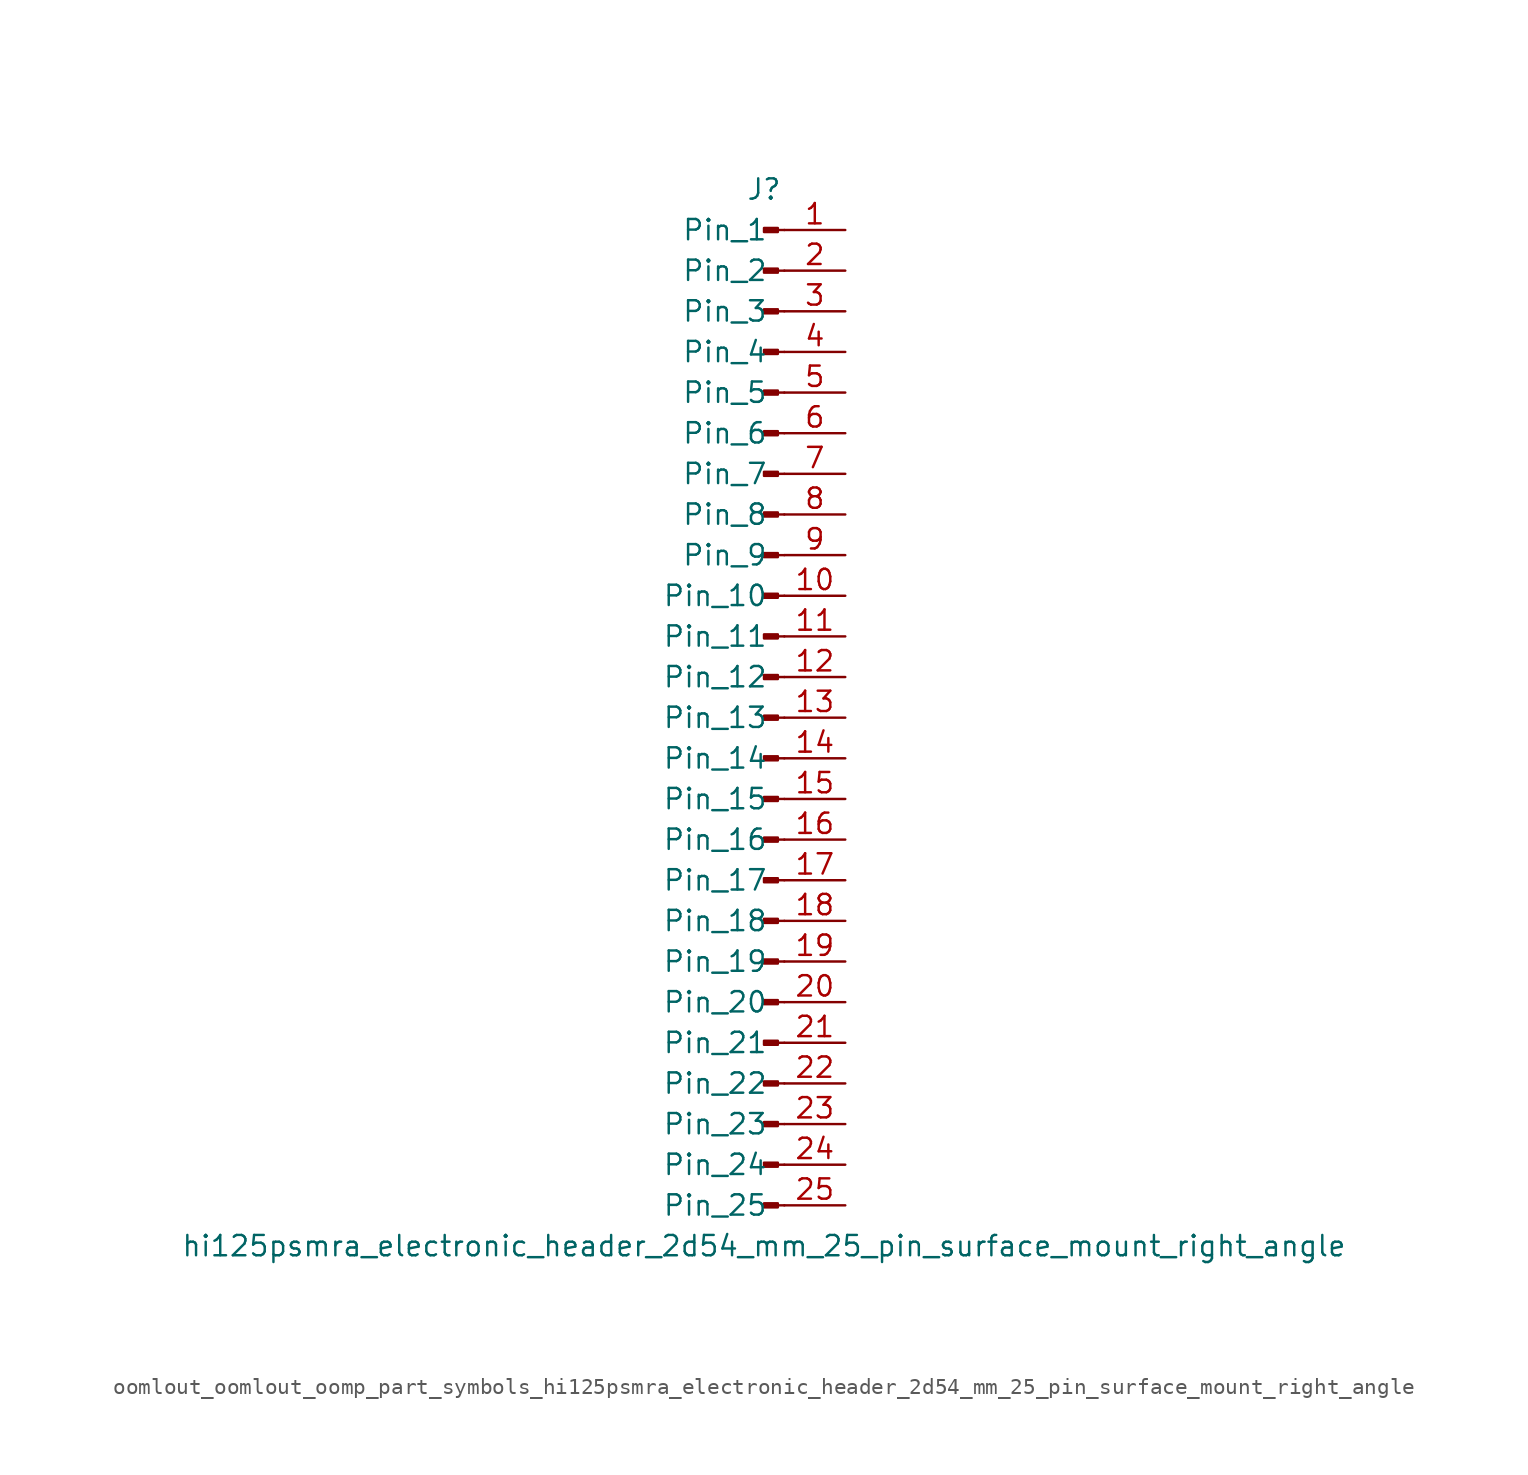
<source format=kicad_sym>
(kicad_symbol_lib
  (version 20220914)
  (generator kicad_symbol_editor)
  (symbol "oomlout_oomlout_oomp_part_symbols_hi125psmra_electronic_header_2d54_mm_25_pin_surface_mount_right_angle"
    (pin_names
      (offset 1.016))
    (property "Reference" "J"
      (at 0 33.02 0)
      (effects (font (size 1.27 1.27))))
    (property "Value" "hi125psmra_electronic_header_2d54_mm_25_pin_surface_mount_right_angle"
      (at 0 -33.02 0)
      (effects (font (size 1.27 1.27))))
    (property "ki_locked" ""
      (at 0 0 0)
      (effects (font (size 1.27 1.27))))
    (symbol "oomlout_oomlout_oomp_part_symbols_hi125psmra_electronic_header_2d54_mm_25_pin_surface_mount_right_angle_1_1"
      (polyline (pts (xy 1.27 -30.48) (xy 0.864 -30.48)) (stroke (width 0.152) (type default)) (fill (type none)))
      (polyline (pts (xy 1.27 -27.94) (xy 0.864 -27.94)) (stroke (width 0.152) (type default)) (fill (type none)))
      (polyline (pts (xy 1.27 -25.4) (xy 0.864 -25.4)) (stroke (width 0.152) (type default)) (fill (type none)))
      (polyline (pts (xy 1.27 -22.86) (xy 0.864 -22.86)) (stroke (width 0.152) (type default)) (fill (type none)))
      (polyline (pts (xy 1.27 -20.32) (xy 0.864 -20.32)) (stroke (width 0.152) (type default)) (fill (type none)))
      (polyline (pts (xy 1.27 -17.78) (xy 0.864 -17.78)) (stroke (width 0.152) (type default)) (fill (type none)))
      (polyline (pts (xy 1.27 -15.24) (xy 0.864 -15.24)) (stroke (width 0.152) (type default)) (fill (type none)))
      (polyline (pts (xy 1.27 -12.7) (xy 0.864 -12.7)) (stroke (width 0.152) (type default)) (fill (type none)))
      (polyline (pts (xy 1.27 -10.16) (xy 0.864 -10.16)) (stroke (width 0.152) (type default)) (fill (type none)))
      (polyline (pts (xy 1.27 -7.62) (xy 0.864 -7.62)) (stroke (width 0.152) (type default)) (fill (type none)))
      (polyline (pts (xy 1.27 -5.08) (xy 0.864 -5.08)) (stroke (width 0.152) (type default)) (fill (type none)))
      (polyline (pts (xy 1.27 -2.54) (xy 0.864 -2.54)) (stroke (width 0.152) (type default)) (fill (type none)))
      (polyline (pts (xy 1.27 0) (xy 0.864 0)) (stroke (width 0.152) (type default)) (fill (type none)))
      (polyline (pts (xy 1.27 2.54) (xy 0.864 2.54)) (stroke (width 0.152) (type default)) (fill (type none)))
      (polyline (pts (xy 1.27 5.08) (xy 0.864 5.08)) (stroke (width 0.152) (type default)) (fill (type none)))
      (polyline (pts (xy 1.27 7.62) (xy 0.864 7.62)) (stroke (width 0.152) (type default)) (fill (type none)))
      (polyline (pts (xy 1.27 10.16) (xy 0.864 10.16)) (stroke (width 0.152) (type default)) (fill (type none)))
      (polyline (pts (xy 1.27 12.7) (xy 0.864 12.7)) (stroke (width 0.152) (type default)) (fill (type none)))
      (polyline (pts (xy 1.27 15.24) (xy 0.864 15.24)) (stroke (width 0.152) (type default)) (fill (type none)))
      (polyline (pts (xy 1.27 17.78) (xy 0.864 17.78)) (stroke (width 0.152) (type default)) (fill (type none)))
      (polyline (pts (xy 1.27 20.32) (xy 0.864 20.32)) (stroke (width 0.152) (type default)) (fill (type none)))
      (polyline (pts (xy 1.27 22.86) (xy 0.864 22.86)) (stroke (width 0.152) (type default)) (fill (type none)))
      (polyline (pts (xy 1.27 25.4) (xy 0.864 25.4)) (stroke (width 0.152) (type default)) (fill (type none)))
      (polyline (pts (xy 1.27 27.94) (xy 0.864 27.94)) (stroke (width 0.152) (type default)) (fill (type none)))
      (polyline (pts (xy 1.27 30.48) (xy 0.864 30.48)) (stroke (width 0.152) (type default)) (fill (type none)))
      (rectangle (start 0.864 -30.353) (end 0 -30.607) (stroke (width 0.152) (type default)) (fill (type outline)))
      (rectangle (start 0.864 -27.813) (end 0 -28.067) (stroke (width 0.152) (type default)) (fill (type outline)))
      (rectangle (start 0.864 -25.273) (end 0 -25.527) (stroke (width 0.152) (type default)) (fill (type outline)))
      (rectangle (start 0.864 -22.733) (end 0 -22.987) (stroke (width 0.152) (type default)) (fill (type outline)))
      (rectangle (start 0.864 -20.193) (end 0 -20.447) (stroke (width 0.152) (type default)) (fill (type outline)))
      (rectangle (start 0.864 -17.653) (end 0 -17.907) (stroke (width 0.152) (type default)) (fill (type outline)))
      (rectangle (start 0.864 -15.113) (end 0 -15.367) (stroke (width 0.152) (type default)) (fill (type outline)))
      (rectangle (start 0.864 -12.573) (end 0 -12.827) (stroke (width 0.152) (type default)) (fill (type outline)))
      (rectangle (start 0.864 -10.033) (end 0 -10.287) (stroke (width 0.152) (type default)) (fill (type outline)))
      (rectangle (start 0.864 -7.493) (end 0 -7.747) (stroke (width 0.152) (type default)) (fill (type outline)))
      (rectangle (start 0.864 -4.953) (end 0 -5.207) (stroke (width 0.152) (type default)) (fill (type outline)))
      (rectangle (start 0.864 -2.413) (end 0 -2.667) (stroke (width 0.152) (type default)) (fill (type outline)))
      (rectangle (start 0.864 0.127) (end 0 -0.127) (stroke (width 0.152) (type default)) (fill (type outline)))
      (rectangle (start 0.864 2.667) (end 0 2.413) (stroke (width 0.152) (type default)) (fill (type outline)))
      (rectangle (start 0.864 5.207) (end 0 4.953) (stroke (width 0.152) (type default)) (fill (type outline)))
      (rectangle (start 0.864 7.747) (end 0 7.493) (stroke (width 0.152) (type default)) (fill (type outline)))
      (rectangle (start 0.864 10.287) (end 0 10.033) (stroke (width 0.152) (type default)) (fill (type outline)))
      (rectangle (start 0.864 12.827) (end 0 12.573) (stroke (width 0.152) (type default)) (fill (type outline)))
      (rectangle (start 0.864 15.367) (end 0 15.113) (stroke (width 0.152) (type default)) (fill (type outline)))
      (rectangle (start 0.864 17.907) (end 0 17.653) (stroke (width 0.152) (type default)) (fill (type outline)))
      (rectangle (start 0.864 20.447) (end 0 20.193) (stroke (width 0.152) (type default)) (fill (type outline)))
      (rectangle (start 0.864 22.987) (end 0 22.733) (stroke (width 0.152) (type default)) (fill (type outline)))
      (rectangle (start 0.864 25.527) (end 0 25.273) (stroke (width 0.152) (type default)) (fill (type outline)))
      (rectangle (start 0.864 28.067) (end 0 27.813) (stroke (width 0.152) (type default)) (fill (type outline)))
      (rectangle (start 0.864 30.607) (end 0 30.353) (stroke (width 0.152) (type default)) (fill (type outline)))
      (pin passive line (at 5.08 30.48 180) (length 3.81) (name "Pin_1" (effects (font (size 1.27 1.27)))) (number "1" (effects (font (size 1.27 1.27)))))
      (pin passive line (at 5.08 7.62 180) (length 3.81) (name "Pin_10" (effects (font (size 1.27 1.27)))) (number "10" (effects (font (size 1.27 1.27)))))
      (pin passive line (at 5.08 5.08 180) (length 3.81) (name "Pin_11" (effects (font (size 1.27 1.27)))) (number "11" (effects (font (size 1.27 1.27)))))
      (pin passive line (at 5.08 2.54 180) (length 3.81) (name "Pin_12" (effects (font (size 1.27 1.27)))) (number "12" (effects (font (size 1.27 1.27)))))
      (pin passive line (at 5.08 0 180) (length 3.81) (name "Pin_13" (effects (font (size 1.27 1.27)))) (number "13" (effects (font (size 1.27 1.27)))))
      (pin passive line (at 5.08 -2.54 180) (length 3.81) (name "Pin_14" (effects (font (size 1.27 1.27)))) (number "14" (effects (font (size 1.27 1.27)))))
      (pin passive line (at 5.08 -5.08 180) (length 3.81) (name "Pin_15" (effects (font (size 1.27 1.27)))) (number "15" (effects (font (size 1.27 1.27)))))
      (pin passive line (at 5.08 -7.62 180) (length 3.81) (name "Pin_16" (effects (font (size 1.27 1.27)))) (number "16" (effects (font (size 1.27 1.27)))))
      (pin passive line (at 5.08 -10.16 180) (length 3.81) (name "Pin_17" (effects (font (size 1.27 1.27)))) (number "17" (effects (font (size 1.27 1.27)))))
      (pin passive line (at 5.08 -12.7 180) (length 3.81) (name "Pin_18" (effects (font (size 1.27 1.27)))) (number "18" (effects (font (size 1.27 1.27)))))
      (pin passive line (at 5.08 -15.24 180) (length 3.81) (name "Pin_19" (effects (font (size 1.27 1.27)))) (number "19" (effects (font (size 1.27 1.27)))))
      (pin passive line (at 5.08 27.94 180) (length 3.81) (name "Pin_2" (effects (font (size 1.27 1.27)))) (number "2" (effects (font (size 1.27 1.27)))))
      (pin passive line (at 5.08 -17.78 180) (length 3.81) (name "Pin_20" (effects (font (size 1.27 1.27)))) (number "20" (effects (font (size 1.27 1.27)))))
      (pin passive line (at 5.08 -20.32 180) (length 3.81) (name "Pin_21" (effects (font (size 1.27 1.27)))) (number "21" (effects (font (size 1.27 1.27)))))
      (pin passive line (at 5.08 -22.86 180) (length 3.81) (name "Pin_22" (effects (font (size 1.27 1.27)))) (number "22" (effects (font (size 1.27 1.27)))))
      (pin passive line (at 5.08 -25.4 180) (length 3.81) (name "Pin_23" (effects (font (size 1.27 1.27)))) (number "23" (effects (font (size 1.27 1.27)))))
      (pin passive line (at 5.08 -27.94 180) (length 3.81) (name "Pin_24" (effects (font (size 1.27 1.27)))) (number "24" (effects (font (size 1.27 1.27)))))
      (pin passive line (at 5.08 -30.48 180) (length 3.81) (name "Pin_25" (effects (font (size 1.27 1.27)))) (number "25" (effects (font (size 1.27 1.27)))))
      (pin passive line (at 5.08 25.4 180) (length 3.81) (name "Pin_3" (effects (font (size 1.27 1.27)))) (number "3" (effects (font (size 1.27 1.27)))))
      (pin passive line (at 5.08 22.86 180) (length 3.81) (name "Pin_4" (effects (font (size 1.27 1.27)))) (number "4" (effects (font (size 1.27 1.27)))))
      (pin passive line (at 5.08 20.32 180) (length 3.81) (name "Pin_5" (effects (font (size 1.27 1.27)))) (number "5" (effects (font (size 1.27 1.27)))))
      (pin passive line (at 5.08 17.78 180) (length 3.81) (name "Pin_6" (effects (font (size 1.27 1.27)))) (number "6" (effects (font (size 1.27 1.27)))))
      (pin passive line (at 5.08 15.24 180) (length 3.81) (name "Pin_7" (effects (font (size 1.27 1.27)))) (number "7" (effects (font (size 1.27 1.27)))))
      (pin passive line (at 5.08 12.7 180) (length 3.81) (name "Pin_8" (effects (font (size 1.27 1.27)))) (number "8" (effects (font (size 1.27 1.27)))))
      (pin passive line (at 5.08 10.16 180) (length 3.81) (name "Pin_9" (effects (font (size 1.27 1.27)))) (number "9" (effects (font (size 1.27 1.27))))))))
</source>
